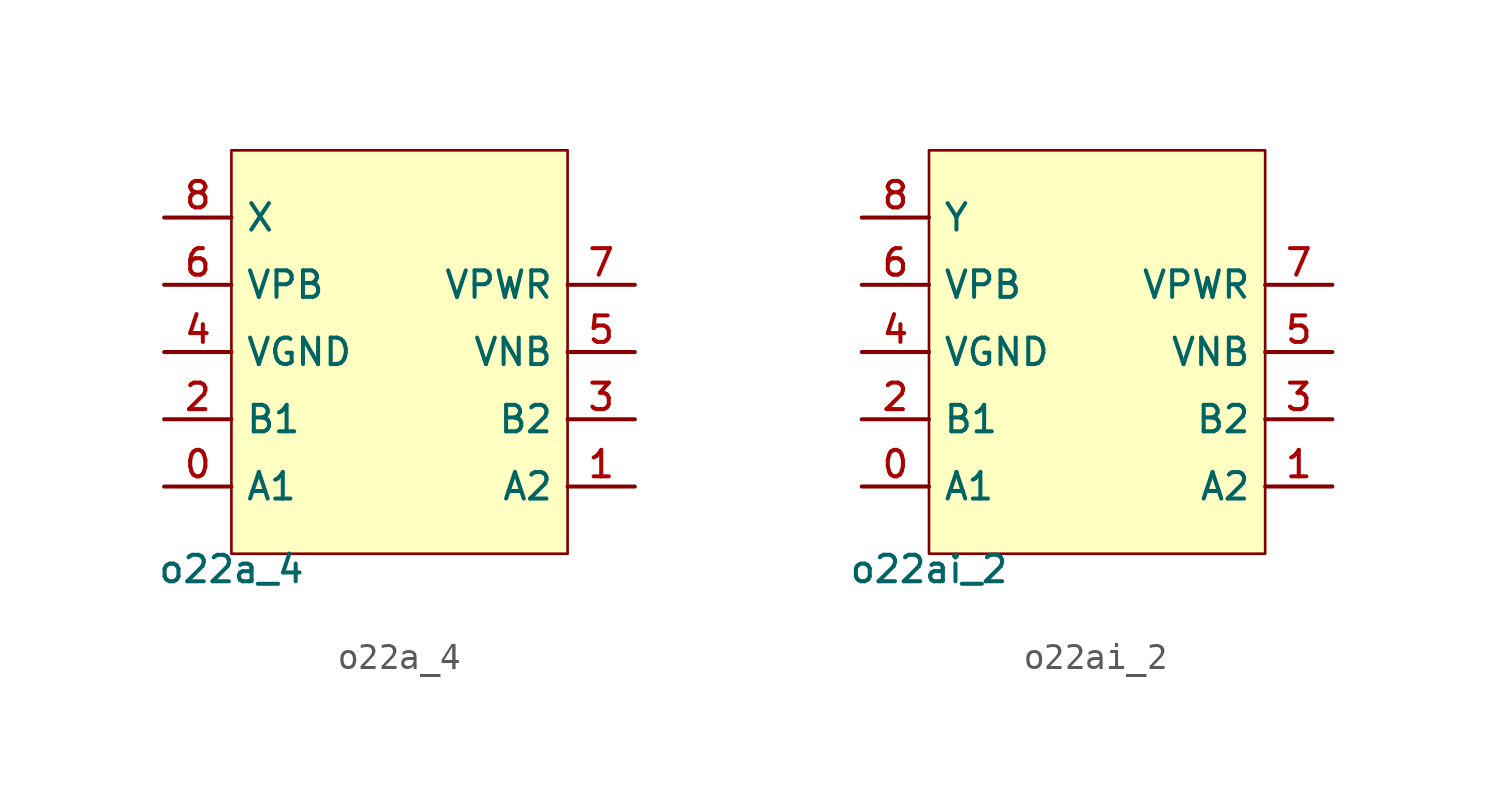
<source format=kicad_sym>
(kicad_symbol_lib
  (version 20211014)
  (generator pdk2kicad)
  (symbol "o22a_4"
    (property "Reference" "X"
      (at 0 0 0)
      (effects (font (size 1 1)) hide))
    (property "Value" "o22a_4"
      (at -6.35 -7.62 0)
      (effects (font (size 1 1)) (justify top)))
    (rectangle
      (start -6.35 -7.62)
      (end 6.35 7.62)
      (stroke (width 0.1) (type solid) (color 0 0 0 0))
      (fill (type background)))
    (pin bidirectional line
      (at -8.89 -5.08 0)
      (length 2.54)
      (name "A1" (effects (font (size 1 1)) hide))
      (number "0" (effects (font (size 1 1)) hide)))
    (pin bidirectional line
      (at 8.89 -5.08 180)
      (length 2.54)
      (name "A2" (effects (font (size 1 1)) hide))
      (number "1" (effects (font (size 1 1)) hide)))
    (pin bidirectional line
      (at -8.89 -2.54 0)
      (length 2.54)
      (name "B1" (effects (font (size 1 1)) hide))
      (number "2" (effects (font (size 1 1)) hide)))
    (pin bidirectional line
      (at 8.89 -2.54 180)
      (length 2.54)
      (name "B2" (effects (font (size 1 1)) hide))
      (number "3" (effects (font (size 1 1)) hide)))
    (pin bidirectional line
      (at -8.89 8.881784197001252e-16 0)
      (length 2.54)
      (name "VGND" (effects (font (size 1 1)) hide))
      (number "4" (effects (font (size 1 1)) hide)))
    (pin bidirectional line
      (at 8.89 8.881784197001252e-16 180)
      (length 2.54)
      (name "VNB" (effects (font (size 1 1)) hide))
      (number "5" (effects (font (size 1 1)) hide)))
    (pin bidirectional line
      (at -8.89 2.54 0)
      (length 2.54)
      (name "VPB" (effects (font (size 1 1)) hide))
      (number "6" (effects (font (size 1 1)) hide)))
    (pin bidirectional line
      (at 8.89 2.54 180)
      (length 2.54)
      (name "VPWR" (effects (font (size 1 1)) hide))
      (number "7" (effects (font (size 1 1)) hide)))
    (pin bidirectional line
      (at -8.89 5.08 0)
      (length 2.54)
      (name "X" (effects (font (size 1 1)) hide))
      (number "8" (effects (font (size 1 1)) hide))))
  (symbol "o22ai_2"
    (property "Reference" "X"
      (at 0 0 0)
      (effects (font (size 1 1)) hide))
    (property "Value" "o22ai_2"
      (at -6.35 -7.62 0)
      (effects (font (size 1 1)) (justify top)))
    (rectangle
      (start -6.35 -7.62)
      (end 6.35 7.62)
      (stroke (width 0.1) (type solid) (color 0 0 0 0))
      (fill (type background)))
    (pin bidirectional line
      (at -8.89 -5.08 0)
      (length 2.54)
      (name "A1" (effects (font (size 1 1)) hide))
      (number "0" (effects (font (size 1 1)) hide)))
    (pin bidirectional line
      (at 8.89 -5.08 180)
      (length 2.54)
      (name "A2" (effects (font (size 1 1)) hide))
      (number "1" (effects (font (size 1 1)) hide)))
    (pin bidirectional line
      (at -8.89 -2.54 0)
      (length 2.54)
      (name "B1" (effects (font (size 1 1)) hide))
      (number "2" (effects (font (size 1 1)) hide)))
    (pin bidirectional line
      (at 8.89 -2.54 180)
      (length 2.54)
      (name "B2" (effects (font (size 1 1)) hide))
      (number "3" (effects (font (size 1 1)) hide)))
    (pin bidirectional line
      (at -8.89 8.881784197001252e-16 0)
      (length 2.54)
      (name "VGND" (effects (font (size 1 1)) hide))
      (number "4" (effects (font (size 1 1)) hide)))
    (pin bidirectional line
      (at 8.89 8.881784197001252e-16 180)
      (length 2.54)
      (name "VNB" (effects (font (size 1 1)) hide))
      (number "5" (effects (font (size 1 1)) hide)))
    (pin bidirectional line
      (at -8.89 2.54 0)
      (length 2.54)
      (name "VPB" (effects (font (size 1 1)) hide))
      (number "6" (effects (font (size 1 1)) hide)))
    (pin bidirectional line
      (at 8.89 2.54 180)
      (length 2.54)
      (name "VPWR" (effects (font (size 1 1)) hide))
      (number "7" (effects (font (size 1 1)) hide)))
    (pin bidirectional line
      (at -8.89 5.08 0)
      (length 2.54)
      (name "Y" (effects (font (size 1 1)) hide))
      (number "8" (effects (font (size 1 1)) hide)))))
</source>
